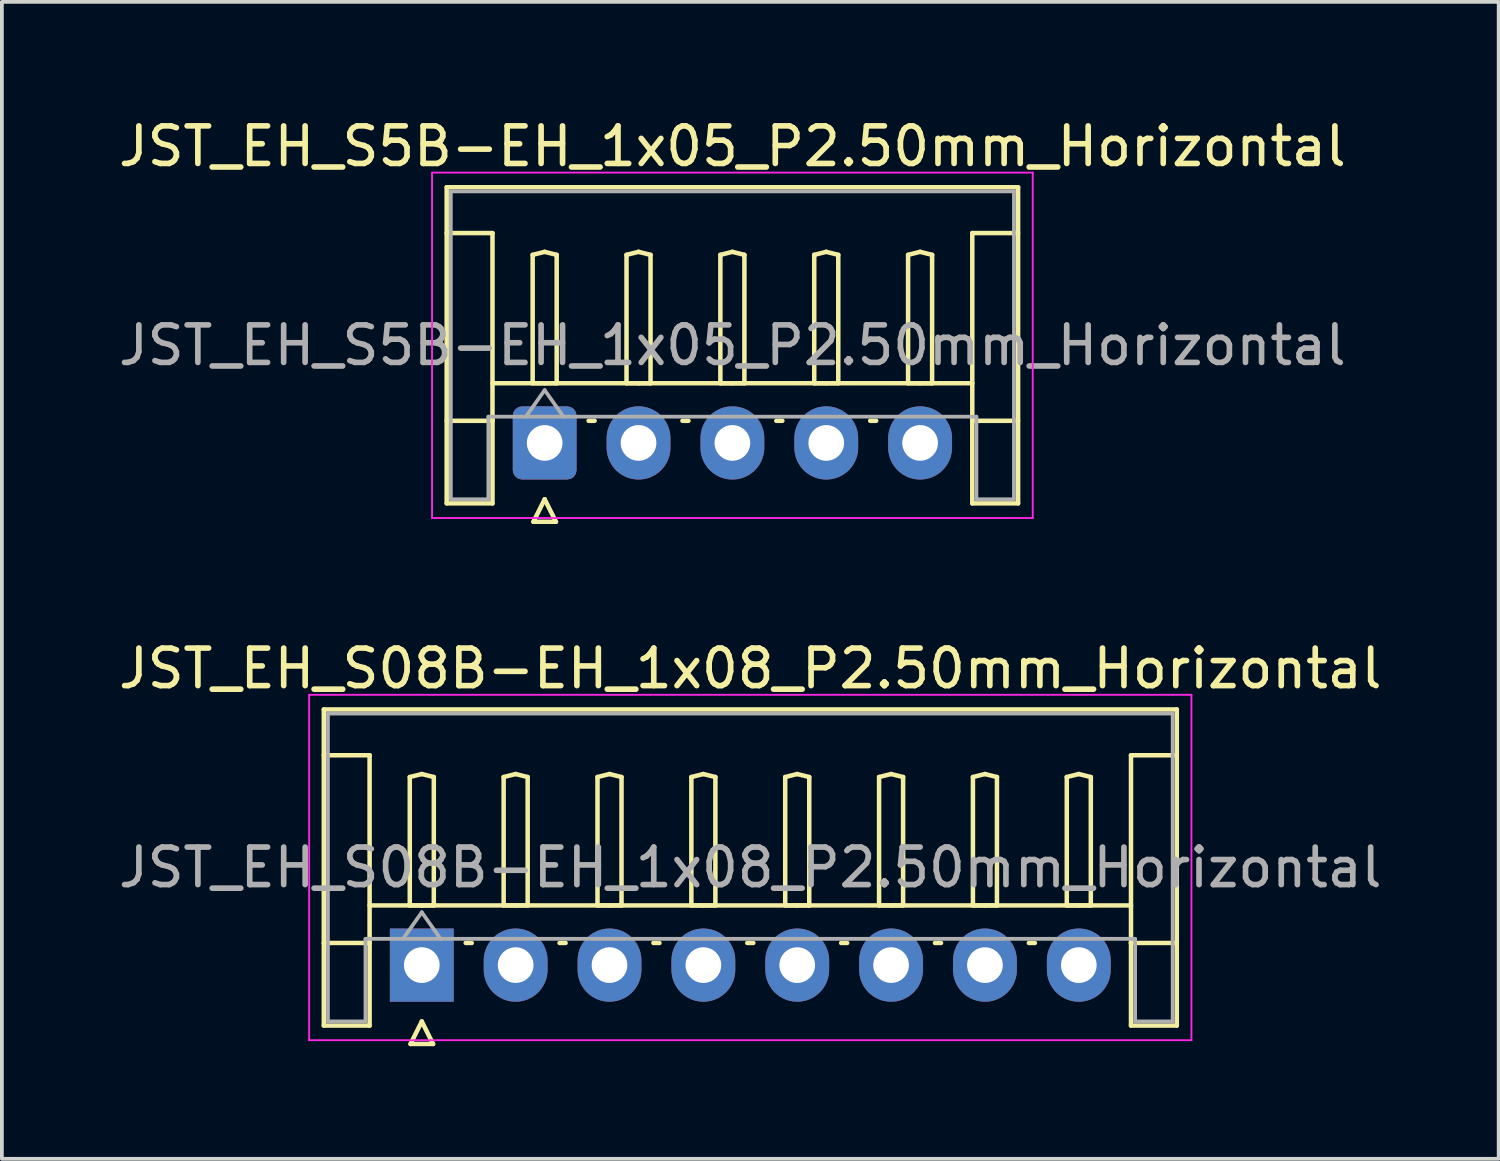
<source format=kicad_pcb>
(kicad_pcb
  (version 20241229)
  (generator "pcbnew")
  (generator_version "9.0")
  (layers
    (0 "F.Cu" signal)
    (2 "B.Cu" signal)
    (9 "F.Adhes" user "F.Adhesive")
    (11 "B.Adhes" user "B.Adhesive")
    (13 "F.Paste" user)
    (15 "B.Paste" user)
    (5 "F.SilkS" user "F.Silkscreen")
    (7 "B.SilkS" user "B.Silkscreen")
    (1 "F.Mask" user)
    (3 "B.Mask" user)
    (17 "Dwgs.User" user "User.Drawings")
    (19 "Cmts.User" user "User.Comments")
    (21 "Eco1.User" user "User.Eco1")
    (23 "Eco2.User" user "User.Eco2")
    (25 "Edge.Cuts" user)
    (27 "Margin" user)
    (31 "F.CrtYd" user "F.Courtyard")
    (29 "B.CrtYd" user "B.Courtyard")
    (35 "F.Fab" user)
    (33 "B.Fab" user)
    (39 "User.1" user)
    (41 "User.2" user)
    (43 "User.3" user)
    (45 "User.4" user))
  (footprint "JST_EH_S5B-EH_1x05_P2.50mm_Horizontal"
    (layer "F.Cu")
    (at 11.458 8.748)
    (property "Reference" "JST_EH_S5B-EH_1x05_P2.50mm_Horizontal" (at 5 -7.9 0) (layer "F.SilkS") (effects (font (size 1 1) (thickness 0.15))))
    (attr through_hole)
    (fp_line (start -2.61 -6.81) (end 12.61 -6.81) (stroke (width 0.12) (type solid)) (layer "F.SilkS"))
    (fp_line (start -2.61 -5.59) (end -1.39 -5.59) (stroke (width 0.12) (type solid)) (layer "F.SilkS"))
    (fp_line (start -2.61 1.61) (end -2.61 -6.81) (stroke (width 0.12) (type solid)) (layer "F.SilkS"))
    (fp_line (start -1.39 -5.59) (end -1.39 -0.59) (stroke (width 0.12) (type solid)) (layer "F.SilkS"))
    (fp_line (start -1.39 -1.59) (end 11.39 -1.59) (stroke (width 0.12) (type solid)) (layer "F.SilkS"))
    (fp_line (start -1.39 -0.59) (end -2.61 -0.59) (stroke (width 0.12) (type solid)) (layer "F.SilkS"))
    (fp_line (start -1.39 -0.59) (end -1.39 1.61) (stroke (width 0.12) (type solid)) (layer "F.SilkS"))
    (fp_line (start -1.39 1.61) (end -2.61 1.61) (stroke (width 0.12) (type solid)) (layer "F.SilkS"))
    (fp_line (start -0.32 -5.01) (end 0 -5.09) (stroke (width 0.12) (type solid)) (layer "F.SilkS"))
    (fp_line (start -0.32 -1.59) (end -0.32 -5.01) (stroke (width 0.12) (type solid)) (layer "F.SilkS"))
    (fp_line (start -0.3 2.1) (end 0.3 2.1) (stroke (width 0.12) (type solid)) (layer "F.SilkS"))
    (fp_line (start 0 -5.09) (end 0.32 -5.01) (stroke (width 0.12) (type solid)) (layer "F.SilkS"))
    (fp_line (start 0 -1.59) (end -0.32 -1.59) (stroke (width 0.12) (type solid)) (layer "F.SilkS"))
    (fp_line (start 0 1.5) (end -0.3 2.1) (stroke (width 0.12) (type solid)) (layer "F.SilkS"))
    (fp_line (start 0.3 2.1) (end 0 1.5) (stroke (width 0.12) (type solid)) (layer "F.SilkS"))
    (fp_line (start 0.32 -5.01) (end 0.32 -1.59) (stroke (width 0.12) (type solid)) (layer "F.SilkS"))
    (fp_line (start 0.32 -1.59) (end 0 -1.59) (stroke (width 0.12) (type solid)) (layer "F.SilkS"))
    (fp_line (start 1.17 -0.59) (end 1.33 -0.59) (stroke (width 0.12) (type solid)) (layer "F.SilkS"))
    (fp_line (start 2.18 -5.01) (end 2.5 -5.09) (stroke (width 0.12) (type solid)) (layer "F.SilkS"))
    (fp_line (start 2.18 -1.59) (end 2.18 -5.01) (stroke (width 0.12) (type solid)) (layer "F.SilkS"))
    (fp_line (start 2.5 -5.09) (end 2.82 -5.01) (stroke (width 0.12) (type solid)) (layer "F.SilkS"))
    (fp_line (start 2.5 -1.59) (end 2.18 -1.59) (stroke (width 0.12) (type solid)) (layer "F.SilkS"))
    (fp_line (start 2.82 -5.01) (end 2.82 -1.59) (stroke (width 0.12) (type solid)) (layer "F.SilkS"))
    (fp_line (start 2.82 -1.59) (end 2.5 -1.59) (stroke (width 0.12) (type solid)) (layer "F.SilkS"))
    (fp_line (start 3.67 -0.59) (end 3.83 -0.59) (stroke (width 0.12) (type solid)) (layer "F.SilkS"))
    (fp_line (start 4.68 -5.01) (end 5 -5.09) (stroke (width 0.12) (type solid)) (layer "F.SilkS"))
    (fp_line (start 4.68 -1.59) (end 4.68 -5.01) (stroke (width 0.12) (type solid)) (layer "F.SilkS"))
    (fp_line (start 5 -5.09) (end 5.32 -5.01) (stroke (width 0.12) (type solid)) (layer "F.SilkS"))
    (fp_line (start 5 -1.59) (end 4.68 -1.59) (stroke (width 0.12) (type solid)) (layer "F.SilkS"))
    (fp_line (start 5.32 -5.01) (end 5.32 -1.59) (stroke (width 0.12) (type solid)) (layer "F.SilkS"))
    (fp_line (start 5.32 -1.59) (end 5 -1.59) (stroke (width 0.12) (type solid)) (layer "F.SilkS"))
    (fp_line (start 6.17 -0.59) (end 6.33 -0.59) (stroke (width 0.12) (type solid)) (layer "F.SilkS"))
    (fp_line (start 7.18 -5.01) (end 7.5 -5.09) (stroke (width 0.12) (type solid)) (layer "F.SilkS"))
    (fp_line (start 7.18 -1.59) (end 7.18 -5.01) (stroke (width 0.12) (type solid)) (layer "F.SilkS"))
    (fp_line (start 7.5 -5.09) (end 7.82 -5.01) (stroke (width 0.12) (type solid)) (layer "F.SilkS"))
    (fp_line (start 7.5 -1.59) (end 7.18 -1.59) (stroke (width 0.12) (type solid)) (layer "F.SilkS"))
    (fp_line (start 7.82 -5.01) (end 7.82 -1.59) (stroke (width 0.12) (type solid)) (layer "F.SilkS"))
    (fp_line (start 7.82 -1.59) (end 7.5 -1.59) (stroke (width 0.12) (type solid)) (layer "F.SilkS"))
    (fp_line (start 8.67 -0.59) (end 8.83 -0.59) (stroke (width 0.12) (type solid)) (layer "F.SilkS"))
    (fp_line (start 9.68 -5.01) (end 10 -5.09) (stroke (width 0.12) (type solid)) (layer "F.SilkS"))
    (fp_line (start 9.68 -1.59) (end 9.68 -5.01) (stroke (width 0.12) (type solid)) (layer "F.SilkS"))
    (fp_line (start 10 -5.09) (end 10.32 -5.01) (stroke (width 0.12) (type solid)) (layer "F.SilkS"))
    (fp_line (start 10 -1.59) (end 9.68 -1.59) (stroke (width 0.12) (type solid)) (layer "F.SilkS"))
    (fp_line (start 10.32 -5.01) (end 10.32 -1.59) (stroke (width 0.12) (type solid)) (layer "F.SilkS"))
    (fp_line (start 10.32 -1.59) (end 10 -1.59) (stroke (width 0.12) (type solid)) (layer "F.SilkS"))
    (fp_line (start 11.39 -5.59) (end 11.39 -0.59) (stroke (width 0.12) (type solid)) (layer "F.SilkS"))
    (fp_line (start 11.39 -0.59) (end 12.61 -0.59) (stroke (width 0.12) (type solid)) (layer "F.SilkS"))
    (fp_line (start 11.39 1.61) (end 11.39 -0.59) (stroke (width 0.12) (type solid)) (layer "F.SilkS"))
    (fp_line (start 12.61 -6.81) (end 12.61 1.61) (stroke (width 0.12) (type solid)) (layer "F.SilkS"))
    (fp_line (start 12.61 -5.59) (end 11.39 -5.59) (stroke (width 0.12) (type solid)) (layer "F.SilkS"))
    (fp_line (start 12.61 1.61) (end 11.39 1.61) (stroke (width 0.12) (type solid)) (layer "F.SilkS"))
    (fp_line (start -3 -7.2) (end -3 2) (stroke (width 0.05) (type solid)) (layer "F.CrtYd"))
    (fp_line (start -3 2) (end 13 2) (stroke (width 0.05) (type solid)) (layer "F.CrtYd"))
    (fp_line (start 13 -7.2) (end -3 -7.2) (stroke (width 0.05) (type solid)) (layer "F.CrtYd"))
    (fp_line (start 13 2) (end 13 -7.2) (stroke (width 0.05) (type solid)) (layer "F.CrtYd"))
    (fp_line (start -2.5 -6.7) (end 12.5 -6.7) (stroke (width 0.1) (type solid)) (layer "F.Fab"))
    (fp_line (start -2.5 1.5) (end -2.5 -6.7) (stroke (width 0.1) (type solid)) (layer "F.Fab"))
    (fp_line (start -1.5 -0.7) (end -1.5 1.5) (stroke (width 0.1) (type solid)) (layer "F.Fab"))
    (fp_line (start -1.5 1.5) (end -2.5 1.5) (stroke (width 0.1) (type solid)) (layer "F.Fab"))
    (fp_line (start -0.5 -0.7) (end 0 -1.407) (stroke (width 0.1) (type solid)) (layer "F.Fab"))
    (fp_line (start 0 -1.407) (end 0.5 -0.7) (stroke (width 0.1) (type solid)) (layer "F.Fab"))
    (fp_line (start 11.5 -0.7) (end -1.5 -0.7) (stroke (width 0.1) (type solid)) (layer "F.Fab"))
    (fp_line (start 11.5 1.5) (end 11.5 -0.7) (stroke (width 0.1) (type solid)) (layer "F.Fab"))
    (fp_line (start 12.5 -6.7) (end 12.5 1.5) (stroke (width 0.1) (type solid)) (layer "F.Fab"))
    (fp_line (start 12.5 1.5) (end 11.5 1.5) (stroke (width 0.1) (type solid)) (layer "F.Fab"))
    (fp_text user "${REFERENCE}" (at 5 -2.6 0) (layer "F.Fab") (effects (font (size 1 1) (thickness 0.15))))
    (pad "1" thru_hole roundrect (at 0 0) (size 1.7 1.95) (drill 0.95) (layers "*.Cu" "*.Mask") (roundrect_rratio 0.147))
    (pad "2" thru_hole oval (at 2.5 0) (size 1.7 1.95) (drill 0.95) (layers "*.Cu" "*.Mask"))
    (pad "3" thru_hole oval (at 5 0) (size 1.7 1.95) (drill 0.95) (layers "*.Cu" "*.Mask"))
    (pad "4" thru_hole oval (at 7.5 0) (size 1.7 1.95) (drill 0.95) (layers "*.Cu" "*.Mask"))
    (pad "5" thru_hole oval (at 10 0) (size 1.7 1.95) (drill 0.95) (layers "*.Cu" "*.Mask")))
  (footprint "JST_EH_S08B-EH_1x08_P2.50mm_Horizontal"
    (layer "F.Cu")
    (at 8.185 22.657)
    (property "Reference" "JST_EH_S08B-EH_1x08_P2.50mm_Horizontal" (at 8.75 -7.9 0) (layer "F.SilkS") (effects (font (size 1 1) (thickness 0.15))))
    (attr through_hole)
    (fp_line (start -2.61 -6.81) (end 20.11 -6.81) (stroke (width 0.12) (type solid)) (layer "F.SilkS"))
    (fp_line (start -2.61 -5.59) (end -1.39 -5.59) (stroke (width 0.12) (type solid)) (layer "F.SilkS"))
    (fp_line (start -2.61 1.61) (end -2.61 -6.81) (stroke (width 0.12) (type solid)) (layer "F.SilkS"))
    (fp_line (start -1.39 -5.59) (end -1.39 -0.59) (stroke (width 0.12) (type solid)) (layer "F.SilkS"))
    (fp_line (start -1.39 -1.59) (end 18.89 -1.59) (stroke (width 0.12) (type solid)) (layer "F.SilkS"))
    (fp_line (start -1.39 -0.59) (end -2.61 -0.59) (stroke (width 0.12) (type solid)) (layer "F.SilkS"))
    (fp_line (start -1.39 -0.59) (end -1.39 1.61) (stroke (width 0.12) (type solid)) (layer "F.SilkS"))
    (fp_line (start -1.39 1.61) (end -2.61 1.61) (stroke (width 0.12) (type solid)) (layer "F.SilkS"))
    (fp_line (start -0.32 -5.01) (end 0 -5.09) (stroke (width 0.12) (type solid)) (layer "F.SilkS"))
    (fp_line (start -0.32 -1.59) (end -0.32 -5.01) (stroke (width 0.12) (type solid)) (layer "F.SilkS"))
    (fp_line (start -0.3 2.1) (end 0.3 2.1) (stroke (width 0.12) (type solid)) (layer "F.SilkS"))
    (fp_line (start 0 -5.09) (end 0.32 -5.01) (stroke (width 0.12) (type solid)) (layer "F.SilkS"))
    (fp_line (start 0 -1.59) (end -0.32 -1.59) (stroke (width 0.12) (type solid)) (layer "F.SilkS"))
    (fp_line (start 0 1.5) (end -0.3 2.1) (stroke (width 0.12) (type solid)) (layer "F.SilkS"))
    (fp_line (start 0.3 2.1) (end 0 1.5) (stroke (width 0.12) (type solid)) (layer "F.SilkS"))
    (fp_line (start 0.32 -5.01) (end 0.32 -1.59) (stroke (width 0.12) (type solid)) (layer "F.SilkS"))
    (fp_line (start 0.32 -1.59) (end 0 -1.59) (stroke (width 0.12) (type solid)) (layer "F.SilkS"))
    (fp_line (start 1.17 -0.59) (end 1.33 -0.59) (stroke (width 0.12) (type solid)) (layer "F.SilkS"))
    (fp_line (start 2.18 -5.01) (end 2.5 -5.09) (stroke (width 0.12) (type solid)) (layer "F.SilkS"))
    (fp_line (start 2.18 -1.59) (end 2.18 -5.01) (stroke (width 0.12) (type solid)) (layer "F.SilkS"))
    (fp_line (start 2.5 -5.09) (end 2.82 -5.01) (stroke (width 0.12) (type solid)) (layer "F.SilkS"))
    (fp_line (start 2.5 -1.59) (end 2.18 -1.59) (stroke (width 0.12) (type solid)) (layer "F.SilkS"))
    (fp_line (start 2.82 -5.01) (end 2.82 -1.59) (stroke (width 0.12) (type solid)) (layer "F.SilkS"))
    (fp_line (start 2.82 -1.59) (end 2.5 -1.59) (stroke (width 0.12) (type solid)) (layer "F.SilkS"))
    (fp_line (start 3.67 -0.59) (end 3.83 -0.59) (stroke (width 0.12) (type solid)) (layer "F.SilkS"))
    (fp_line (start 4.68 -5.01) (end 5 -5.09) (stroke (width 0.12) (type solid)) (layer "F.SilkS"))
    (fp_line (start 4.68 -1.59) (end 4.68 -5.01) (stroke (width 0.12) (type solid)) (layer "F.SilkS"))
    (fp_line (start 5 -5.09) (end 5.32 -5.01) (stroke (width 0.12) (type solid)) (layer "F.SilkS"))
    (fp_line (start 5 -1.59) (end 4.68 -1.59) (stroke (width 0.12) (type solid)) (layer "F.SilkS"))
    (fp_line (start 5.32 -5.01) (end 5.32 -1.59) (stroke (width 0.12) (type solid)) (layer "F.SilkS"))
    (fp_line (start 5.32 -1.59) (end 5 -1.59) (stroke (width 0.12) (type solid)) (layer "F.SilkS"))
    (fp_line (start 6.17 -0.59) (end 6.33 -0.59) (stroke (width 0.12) (type solid)) (layer "F.SilkS"))
    (fp_line (start 7.18 -5.01) (end 7.5 -5.09) (stroke (width 0.12) (type solid)) (layer "F.SilkS"))
    (fp_line (start 7.18 -1.59) (end 7.18 -5.01) (stroke (width 0.12) (type solid)) (layer "F.SilkS"))
    (fp_line (start 7.5 -5.09) (end 7.82 -5.01) (stroke (width 0.12) (type solid)) (layer "F.SilkS"))
    (fp_line (start 7.5 -1.59) (end 7.18 -1.59) (stroke (width 0.12) (type solid)) (layer "F.SilkS"))
    (fp_line (start 7.82 -5.01) (end 7.82 -1.59) (stroke (width 0.12) (type solid)) (layer "F.SilkS"))
    (fp_line (start 7.82 -1.59) (end 7.5 -1.59) (stroke (width 0.12) (type solid)) (layer "F.SilkS"))
    (fp_line (start 8.67 -0.59) (end 8.83 -0.59) (stroke (width 0.12) (type solid)) (layer "F.SilkS"))
    (fp_line (start 9.68 -5.01) (end 10 -5.09) (stroke (width 0.12) (type solid)) (layer "F.SilkS"))
    (fp_line (start 9.68 -1.59) (end 9.68 -5.01) (stroke (width 0.12) (type solid)) (layer "F.SilkS"))
    (fp_line (start 10 -5.09) (end 10.32 -5.01) (stroke (width 0.12) (type solid)) (layer "F.SilkS"))
    (fp_line (start 10 -1.59) (end 9.68 -1.59) (stroke (width 0.12) (type solid)) (layer "F.SilkS"))
    (fp_line (start 10.32 -5.01) (end 10.32 -1.59) (stroke (width 0.12) (type solid)) (layer "F.SilkS"))
    (fp_line (start 10.32 -1.59) (end 10 -1.59) (stroke (width 0.12) (type solid)) (layer "F.SilkS"))
    (fp_line (start 11.17 -0.59) (end 11.33 -0.59) (stroke (width 0.12) (type solid)) (layer "F.SilkS"))
    (fp_line (start 12.18 -5.01) (end 12.5 -5.09) (stroke (width 0.12) (type solid)) (layer "F.SilkS"))
    (fp_line (start 12.18 -1.59) (end 12.18 -5.01) (stroke (width 0.12) (type solid)) (layer "F.SilkS"))
    (fp_line (start 12.5 -5.09) (end 12.82 -5.01) (stroke (width 0.12) (type solid)) (layer "F.SilkS"))
    (fp_line (start 12.5 -1.59) (end 12.18 -1.59) (stroke (width 0.12) (type solid)) (layer "F.SilkS"))
    (fp_line (start 12.82 -5.01) (end 12.82 -1.59) (stroke (width 0.12) (type solid)) (layer "F.SilkS"))
    (fp_line (start 12.82 -1.59) (end 12.5 -1.59) (stroke (width 0.12) (type solid)) (layer "F.SilkS"))
    (fp_line (start 13.67 -0.59) (end 13.83 -0.59) (stroke (width 0.12) (type solid)) (layer "F.SilkS"))
    (fp_line (start 14.68 -5.01) (end 15 -5.09) (stroke (width 0.12) (type solid)) (layer "F.SilkS"))
    (fp_line (start 14.68 -1.59) (end 14.68 -5.01) (stroke (width 0.12) (type solid)) (layer "F.SilkS"))
    (fp_line (start 15 -5.09) (end 15.32 -5.01) (stroke (width 0.12) (type solid)) (layer "F.SilkS"))
    (fp_line (start 15 -1.59) (end 14.68 -1.59) (stroke (width 0.12) (type solid)) (layer "F.SilkS"))
    (fp_line (start 15.32 -5.01) (end 15.32 -1.59) (stroke (width 0.12) (type solid)) (layer "F.SilkS"))
    (fp_line (start 15.32 -1.59) (end 15 -1.59) (stroke (width 0.12) (type solid)) (layer "F.SilkS"))
    (fp_line (start 16.17 -0.59) (end 16.33 -0.59) (stroke (width 0.12) (type solid)) (layer "F.SilkS"))
    (fp_line (start 17.18 -5.01) (end 17.5 -5.09) (stroke (width 0.12) (type solid)) (layer "F.SilkS"))
    (fp_line (start 17.18 -1.59) (end 17.18 -5.01) (stroke (width 0.12) (type solid)) (layer "F.SilkS"))
    (fp_line (start 17.5 -5.09) (end 17.82 -5.01) (stroke (width 0.12) (type solid)) (layer "F.SilkS"))
    (fp_line (start 17.5 -1.59) (end 17.18 -1.59) (stroke (width 0.12) (type solid)) (layer "F.SilkS"))
    (fp_line (start 17.82 -5.01) (end 17.82 -1.59) (stroke (width 0.12) (type solid)) (layer "F.SilkS"))
    (fp_line (start 17.82 -1.59) (end 17.5 -1.59) (stroke (width 0.12) (type solid)) (layer "F.SilkS"))
    (fp_line (start 18.89 -5.59) (end 18.89 -0.59) (stroke (width 0.12) (type solid)) (layer "F.SilkS"))
    (fp_line (start 18.89 -0.59) (end 20.11 -0.59) (stroke (width 0.12) (type solid)) (layer "F.SilkS"))
    (fp_line (start 18.89 1.61) (end 18.89 -0.59) (stroke (width 0.12) (type solid)) (layer "F.SilkS"))
    (fp_line (start 20.11 -6.81) (end 20.11 1.61) (stroke (width 0.12) (type solid)) (layer "F.SilkS"))
    (fp_line (start 20.11 -5.59) (end 18.89 -5.59) (stroke (width 0.12) (type solid)) (layer "F.SilkS"))
    (fp_line (start 20.11 1.61) (end 18.89 1.61) (stroke (width 0.12) (type solid)) (layer "F.SilkS"))
    (fp_line (start -3 -7.2) (end -3 2) (stroke (width 0.05) (type solid)) (layer "F.CrtYd"))
    (fp_line (start -3 2) (end 20.5 2) (stroke (width 0.05) (type solid)) (layer "F.CrtYd"))
    (fp_line (start 20.5 -7.2) (end -3 -7.2) (stroke (width 0.05) (type solid)) (layer "F.CrtYd"))
    (fp_line (start 20.5 2) (end 20.5 -7.2) (stroke (width 0.05) (type solid)) (layer "F.CrtYd"))
    (fp_line (start -2.5 -6.7) (end 20 -6.7) (stroke (width 0.1) (type solid)) (layer "F.Fab"))
    (fp_line (start -2.5 1.5) (end -2.5 -6.7) (stroke (width 0.1) (type solid)) (layer "F.Fab"))
    (fp_line (start -1.5 -0.7) (end -1.5 1.5) (stroke (width 0.1) (type solid)) (layer "F.Fab"))
    (fp_line (start -1.5 1.5) (end -2.5 1.5) (stroke (width 0.1) (type solid)) (layer "F.Fab"))
    (fp_line (start -0.5 -0.7) (end 0 -1.407) (stroke (width 0.1) (type solid)) (layer "F.Fab"))
    (fp_line (start 0 -1.407) (end 0.5 -0.7) (stroke (width 0.1) (type solid)) (layer "F.Fab"))
    (fp_line (start 19 -0.7) (end -1.5 -0.7) (stroke (width 0.1) (type solid)) (layer "F.Fab"))
    (fp_line (start 19 1.5) (end 19 -0.7) (stroke (width 0.1) (type solid)) (layer "F.Fab"))
    (fp_line (start 20 -6.7) (end 20 1.5) (stroke (width 0.1) (type solid)) (layer "F.Fab"))
    (fp_line (start 20 1.5) (end 19 1.5) (stroke (width 0.1) (type solid)) (layer "F.Fab"))
    (fp_text user "${REFERENCE}" (at 8.75 -2.6 0) (layer "F.Fab") (effects (font (size 1 1) (thickness 0.15))))
    (pad "1" thru_hole rect (at 0 0) (size 1.7 1.95) (drill 0.95) (layers "*.Cu" "*.Mask"))
    (pad "2" thru_hole oval (at 2.5 0) (size 1.7 1.95) (drill 0.95) (layers "*.Cu" "*.Mask"))
    (pad "3" thru_hole oval (at 5 0) (size 1.7 1.95) (drill 0.95) (layers "*.Cu" "*.Mask"))
    (pad "4" thru_hole oval (at 7.5 0) (size 1.7 1.95) (drill 0.95) (layers "*.Cu" "*.Mask"))
    (pad "5" thru_hole oval (at 10 0) (size 1.7 1.95) (drill 0.95) (layers "*.Cu" "*.Mask"))
    (pad "6" thru_hole oval (at 12.5 0) (size 1.7 1.95) (drill 0.95) (layers "*.Cu" "*.Mask"))
    (pad "7" thru_hole oval (at 15 0) (size 1.7 1.95) (drill 0.95) (layers "*.Cu" "*.Mask"))
    (pad "8" thru_hole oval (at 17.5 0) (size 1.7 1.95) (drill 0.95) (layers "*.Cu" "*.Mask")))
  (gr_rect
    (start -3 -3)
    (end 36.869 27.817)
    (stroke (width 0.1) (type default))
    (fill no)
    (layer "Edge.Cuts")))
</source>
